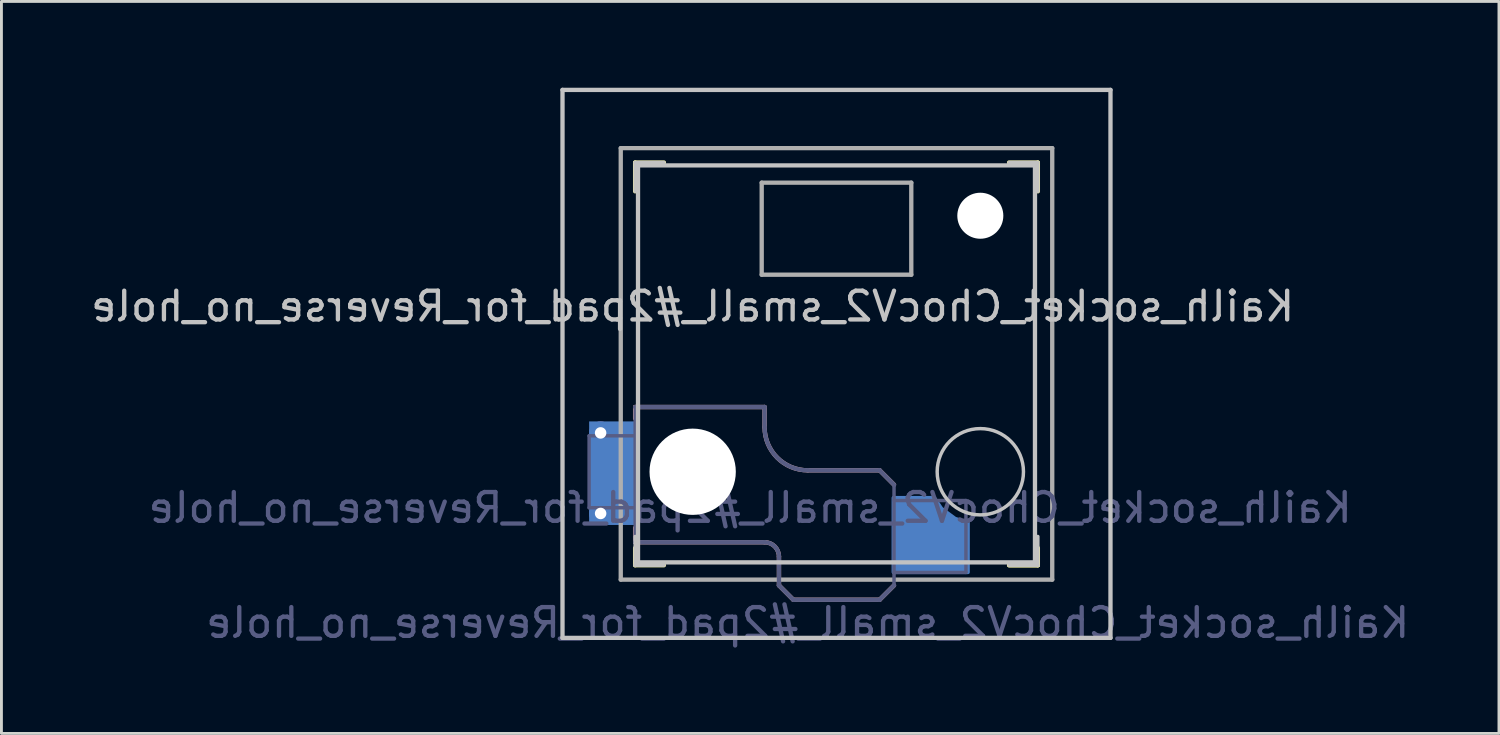
<source format=kicad_pcb>
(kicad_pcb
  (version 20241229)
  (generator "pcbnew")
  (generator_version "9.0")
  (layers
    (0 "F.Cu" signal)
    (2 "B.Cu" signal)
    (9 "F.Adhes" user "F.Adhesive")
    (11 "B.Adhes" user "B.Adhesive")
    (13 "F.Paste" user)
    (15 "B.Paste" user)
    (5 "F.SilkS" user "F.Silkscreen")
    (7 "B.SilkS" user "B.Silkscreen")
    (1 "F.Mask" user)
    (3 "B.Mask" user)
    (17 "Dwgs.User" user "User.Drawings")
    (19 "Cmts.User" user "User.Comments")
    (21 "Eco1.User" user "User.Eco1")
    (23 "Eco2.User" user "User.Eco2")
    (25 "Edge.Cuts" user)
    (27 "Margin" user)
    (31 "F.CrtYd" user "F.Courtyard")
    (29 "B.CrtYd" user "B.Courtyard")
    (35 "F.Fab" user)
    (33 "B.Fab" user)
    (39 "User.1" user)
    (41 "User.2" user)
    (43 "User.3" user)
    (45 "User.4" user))
  (footprint "Kailh_socket_ChocV2_small_#2pad_for_Reverse_no_hole"
    (layer "F.Cu")
    (at 26.03 9.6)
    (property "Reference" "Kailh_socket_ChocV2_small_#2pad_for_Reverse_no_hole" (at -5 -2 0) (layer "Dwgs.User") (effects (font (size 1 1) (thickness 0.15)) (justify mirror)))
    (property "Value" "Kailh_socket_ChocV2_small_#2pad_for_Reverse_no_hole" (at 0 8.255 0) (layer "F.Fab") (hide yes) (effects (font (size 1 1) (thickness 0.15))))
    (attr through_hole)
    (fp_line (start -7 -6) (end -7 -7) (stroke (width 0.15) (type solid)) (layer "F.SilkS"))
    (fp_line (start -7 7) (end -7 6.4) (stroke (width 0.15) (type solid)) (layer "F.SilkS"))
    (fp_line (start -7 7) (end -6 7) (stroke (width 0.15) (type solid)) (layer "F.SilkS"))
    (fp_line (start -6 -7) (end -7 -7) (stroke (width 0.15) (type solid)) (layer "F.SilkS"))
    (fp_line (start 6 7) (end 7 7) (stroke (width 0.15) (type solid)) (layer "F.SilkS"))
    (fp_line (start 7 -7) (end 6 -7) (stroke (width 0.15) (type solid)) (layer "F.SilkS"))
    (fp_line (start 7 -7) (end 7 -6) (stroke (width 0.15) (type solid)) (layer "F.SilkS"))
    (fp_line (start 7 6.4) (end 7 7) (stroke (width 0.15) (type solid)) (layer "F.SilkS"))
    (fp_line (start 7 7) (end 6 7) (stroke (width 0.15) (type solid)) (layer "F.SilkS"))
    (fp_line (start -7 1.5) (end -7 1.9) (stroke (width 0.15) (type solid)) (layer "B.SilkS"))
    (fp_line (start -7 5.7) (end -7 6.2) (stroke (width 0.15) (type solid)) (layer "B.SilkS"))
    (fp_line (start -7 6.2) (end -2.5 6.2) (stroke (width 0.15) (type solid)) (layer "B.SilkS"))
    (fp_line (start -2.5 1.5) (end -7 1.5) (stroke (width 0.15) (type solid)) (layer "B.SilkS"))
    (fp_line (start -2.5 2.2) (end -2.5 1.5) (stroke (width 0.15) (type solid)) (layer "B.SilkS"))
    (fp_line (start -2 6.7) (end -2 7.7) (stroke (width 0.15) (type solid)) (layer "B.SilkS"))
    (fp_line (start -1.5 8.2) (end -2 7.7) (stroke (width 0.15) (type solid)) (layer "B.SilkS"))
    (fp_line (start 1.5 3.7) (end -1 3.7) (stroke (width 0.15) (type solid)) (layer "B.SilkS"))
    (fp_line (start 1.5 8.2) (end -1.5 8.2) (stroke (width 0.15) (type solid)) (layer "B.SilkS"))
    (fp_line (start 2 4.2) (end 1.5 3.7) (stroke (width 0.15) (type solid)) (layer "B.SilkS"))
    (fp_line (start 2 7.7) (end 1.5 8.2) (stroke (width 0.15) (type solid)) (layer "B.SilkS"))
    (fp_arc (start -2.5 6.2) (mid -2.146447 6.346447) (end -2 6.7) (stroke (width 0.15) (type solid)) (layer "B.SilkS"))
    (fp_arc (start -1 3.7) (mid -2.06066 3.26066) (end -2.5 2.2) (stroke (width 0.15) (type solid)) (layer "B.SilkS"))
    (fp_line (start -9.525 -9.525) (end 9.525 -9.525) (stroke (width 0.15) (type solid)) (layer "Dwgs.User"))
    (fp_line (start -9.525 9.525) (end -9.525 -9.525) (stroke (width 0.15) (type solid)) (layer "Dwgs.User"))
    (fp_line (start -7 -7) (end -7 -6) (stroke (width 0.12) (type solid)) (layer "Dwgs.User"))
    (fp_line (start -7 -7) (end -6 -7) (stroke (width 0.12) (type solid)) (layer "Dwgs.User"))
    (fp_line (start -7 7) (end -7 6) (stroke (width 0.12) (type solid)) (layer "Dwgs.User"))
    (fp_line (start -7 7) (end -6 7) (stroke (width 0.12) (type solid)) (layer "Dwgs.User"))
    (fp_line (start -6.9 6.9) (end -6.9 -6.9) (stroke (width 0.15) (type solid)) (layer "Dwgs.User"))
    (fp_line (start -6.9 6.9) (end 6.9 6.9) (stroke (width 0.15) (type solid)) (layer "Dwgs.User"))
    (fp_line (start 6.9 -6.9) (end -6.9 -6.9) (stroke (width 0.15) (type solid)) (layer "Dwgs.User"))
    (fp_line (start 6.9 -6.9) (end 6.9 6.9) (stroke (width 0.15) (type solid)) (layer "Dwgs.User"))
    (fp_line (start 7 -7) (end 6 -7) (stroke (width 0.12) (type solid)) (layer "Dwgs.User"))
    (fp_line (start 7 -7) (end 7 -6) (stroke (width 0.12) (type solid)) (layer "Dwgs.User"))
    (fp_line (start 7 7) (end 6 7) (stroke (width 0.12) (type solid)) (layer "Dwgs.User"))
    (fp_line (start 7 7) (end 7 6) (stroke (width 0.12) (type solid)) (layer "Dwgs.User"))
    (fp_line (start 9.525 -9.525) (end 9.525 9.525) (stroke (width 0.15) (type solid)) (layer "Dwgs.User"))
    (fp_line (start 9.525 9.525) (end -9.525 9.525) (stroke (width 0.15) (type solid)) (layer "Dwgs.User"))
    (fp_circle (center 5 3.75) (end 6.5 3.75) (stroke (width 0.12) (type default)) (fill no) (layer "Dwgs.User"))
    (fp_line (start -8.6 2.5) (end -7 2.5) (stroke (width 0.12) (type solid)) (layer "B.Fab"))
    (fp_line (start -8.6 5) (end -8.6 2.5) (stroke (width 0.12) (type solid)) (layer "B.Fab"))
    (fp_line (start -7 1.5) (end -7 6.2) (stroke (width 0.12) (type solid)) (layer "B.Fab"))
    (fp_line (start -7 5) (end -8.6 5) (stroke (width 0.12) (type solid)) (layer "B.Fab"))
    (fp_line (start -7 6.2) (end -2.5 6.2) (stroke (width 0.15) (type solid)) (layer "B.Fab"))
    (fp_line (start -2.5 1.5) (end -7 1.5) (stroke (width 0.15) (type solid)) (layer "B.Fab"))
    (fp_line (start -2.5 2.2) (end -2.5 1.5) (stroke (width 0.15) (type solid)) (layer "B.Fab"))
    (fp_line (start -2 6.7) (end -2 7.7) (stroke (width 0.15) (type solid)) (layer "B.Fab"))
    (fp_line (start -1.5 8.2) (end -2 7.7) (stroke (width 0.15) (type solid)) (layer "B.Fab"))
    (fp_line (start 1.5 3.7) (end -1 3.7) (stroke (width 0.15) (type solid)) (layer "B.Fab"))
    (fp_line (start 1.5 8.2) (end -1.5 8.2) (stroke (width 0.15) (type solid)) (layer "B.Fab"))
    (fp_line (start 2 4.2) (end 1.5 3.7) (stroke (width 0.15) (type solid)) (layer "B.Fab"))
    (fp_line (start 2 4.25) (end 2 7.7) (stroke (width 0.12) (type solid)) (layer "B.Fab"))
    (fp_line (start 2 4.75) (end 4.5 4.75) (stroke (width 0.12) (type solid)) (layer "B.Fab"))
    (fp_line (start 2 7.7) (end 1.5 8.2) (stroke (width 0.15) (type solid)) (layer "B.Fab"))
    (fp_line (start 4.5 4.75) (end 4.5 7.25) (stroke (width 0.12) (type solid)) (layer "B.Fab"))
    (fp_line (start 4.5 7.25) (end 2 7.25) (stroke (width 0.12) (type solid)) (layer "B.Fab"))
    (fp_arc (start -2.5 6.2) (mid -2.146447 6.346447) (end -2 6.7) (stroke (width 0.15) (type solid)) (layer "B.Fab"))
    (fp_arc (start -1 3.7) (mid -2.06066 3.26066) (end -2.5 2.2) (stroke (width 0.15) (type solid)) (layer "B.Fab"))
    (fp_line (start -7.5 -7.5) (end 7.5 -7.5) (stroke (width 0.15) (type solid)) (layer "F.Fab"))
    (fp_line (start -7.5 7.5) (end -7.5 -7.5) (stroke (width 0.15) (type solid)) (layer "F.Fab"))
    (fp_line (start -2.6 -3.1) (end -2.6 -6.3) (stroke (width 0.15) (type solid)) (layer "F.Fab"))
    (fp_line (start -2.6 -3.1) (end 2.6 -3.1) (stroke (width 0.15) (type solid)) (layer "F.Fab"))
    (fp_line (start 2.6 -6.3) (end -2.6 -6.3) (stroke (width 0.15) (type solid)) (layer "F.Fab"))
    (fp_line (start 2.6 -3.1) (end 2.6 -6.3) (stroke (width 0.15) (type solid)) (layer "F.Fab"))
    (fp_line (start 7.5 -7.5) (end 7.5 7.5) (stroke (width 0.15) (type solid)) (layer "F.Fab"))
    (fp_line (start 7.5 7.5) (end -7.5 7.5) (stroke (width 0.15) (type solid)) (layer "F.Fab"))
    (fp_text user "${REFERENCE}" (at -3 5 0) (layer "B.Fab") (effects (font (size 1 1) (thickness 0.15)) (justify mirror)))
    (fp_text user "${VALUE}" (at -1 9 0) (layer "B.Fab") (effects (font (size 1 1) (thickness 0.15)) (justify mirror)))
    (pad "" np_thru_hole circle (at -5 3.75) (size 3 3) (drill 3) (layers "*.Cu" "*.Mask"))
    (pad "" np_thru_hole circle (at 5 -5.15) (size 1.6 1.6) (drill 1.6) (layers "*.Cu" "*.Mask"))
    (pad "1" smd custom (at 2.8 6.338) (size 1.65 1.825) (layers "B.Cu" "B.Mask" "B.Paste") (options (anchor rect)) (primitives (gr_poly (pts (xy -0.825 -1.688) (xy 0.6 -1.688) (xy 0.85 -1.312) (xy 1.325 -0.963) (xy 1.775 -0.812) (xy 1.775 0.912) (xy -0.825 0.912)) (width 0.12) (fill yes))))
    (pad "2" thru_hole circle (at -8.2 2.4) (size 0.8 0.8) (drill 0.4) (layers "*.Cu" "*.Mask"))
    (pad "2" thru_hole circle (at -8.2 5.2) (size 0.8 0.8) (drill 0.4) (layers "*.Cu" "*.Mask"))
    (pad "2" smd rect (at -7.787 3.8) (size 1.625 3.6) (layers "B.Cu" "B.Mask" "B.Paste")))
  (gr_rect
    (start -3 -3)
    (end 49.06 22.448)
    (stroke (width 0.1) (type default))
    (fill no)
    (layer "Edge.Cuts")))
</source>
